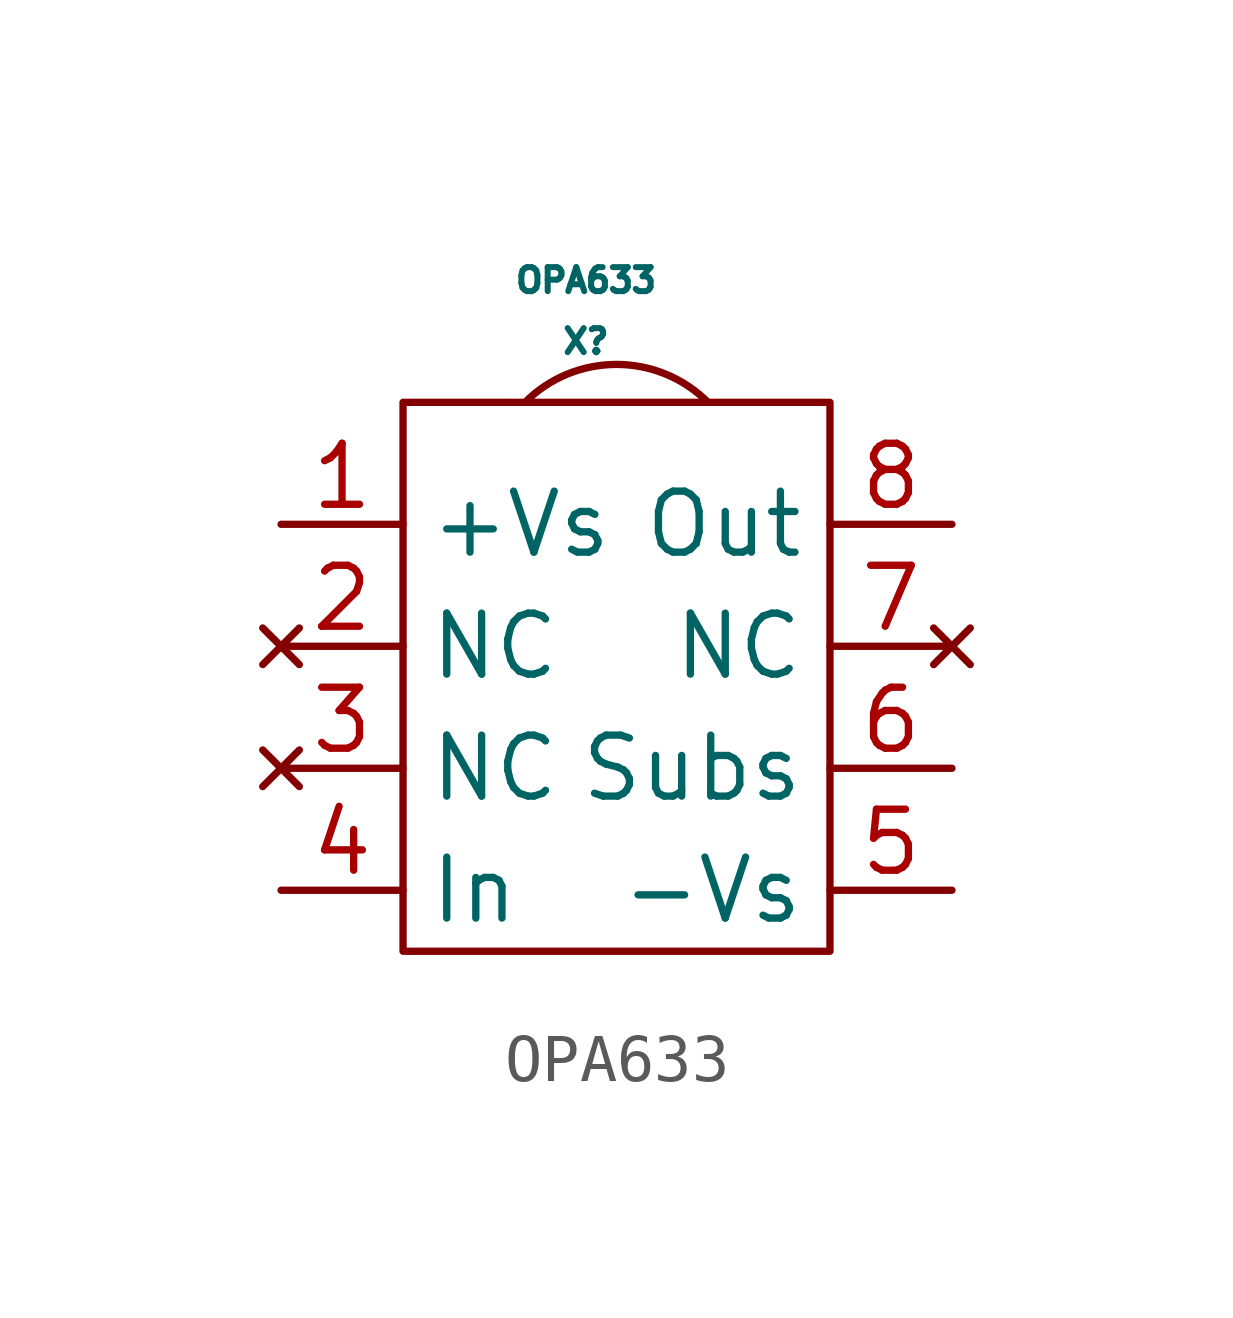
<source format=kicad_sym>
(kicad_symbol_lib
  (version 20211014)
  (generator kicad_symbol_editor)
  (symbol "OPA633"
    (property "Reference" "X"
      (at 0 3.81 0)
      (effects (font (size 0.5 0.5))))
    (property "Value" "OPA633"
      (at 0 5.08 0)
      (effects (font (size 0.5 0.5))))
    (symbol "OPA633_0_1"
      (rectangle (start -3.81 2.54) (end 5.08 -8.89) (stroke (width 0) (type default) (color 0 0 0 0)) (fill (type none)))
      (arc (start 2.54 2.54) (mid 0.635 7.1391) (end -1.27 2.54) (stroke (width 0) (type default) (color 0 0 0 0)) (fill (type none))))
    (symbol "OPA633_1_1"
      (pin passive line (at -6.35 0 0) (length 2.54) (name "+Vs" (effects (font (size 1.27 1.27)))) (number "1" (effects (font (size 1.27 1.27)))))
      (pin no_connect line (at -6.35 -2.54 0) (length 2.54) (name "NC" (effects (font (size 1.27 1.27)))) (number "2" (effects (font (size 1.27 1.27)))))
      (pin no_connect line (at -6.35 -5.08 0) (length 2.54) (name "NC" (effects (font (size 1.27 1.27)))) (number "3" (effects (font (size 1.27 1.27)))))
      (pin input line (at -6.35 -7.62 0) (length 2.54) (name "In" (effects (font (size 1.27 1.27)))) (number "4" (effects (font (size 1.27 1.27)))))
      (pin passive line (at 7.62 -7.62 180) (length 2.54) (name "-Vs" (effects (font (size 1.27 1.27)))) (number "5" (effects (font (size 1.27 1.27)))))
      (pin passive line (at 7.62 -5.08 180) (length 2.54) (name "Subs" (effects (font (size 1.27 1.27)))) (number "6" (effects (font (size 1.27 1.27)))))
      (pin no_connect line (at 7.62 -2.54 180) (length 2.54) (name "NC" (effects (font (size 1.27 1.27)))) (number "7" (effects (font (size 1.27 1.27)))))
      (pin output line (at 7.62 0 180) (length 2.54) (name "Out" (effects (font (size 1.27 1.27)))) (number "8" (effects (font (size 1.27 1.27))))))))
</source>
